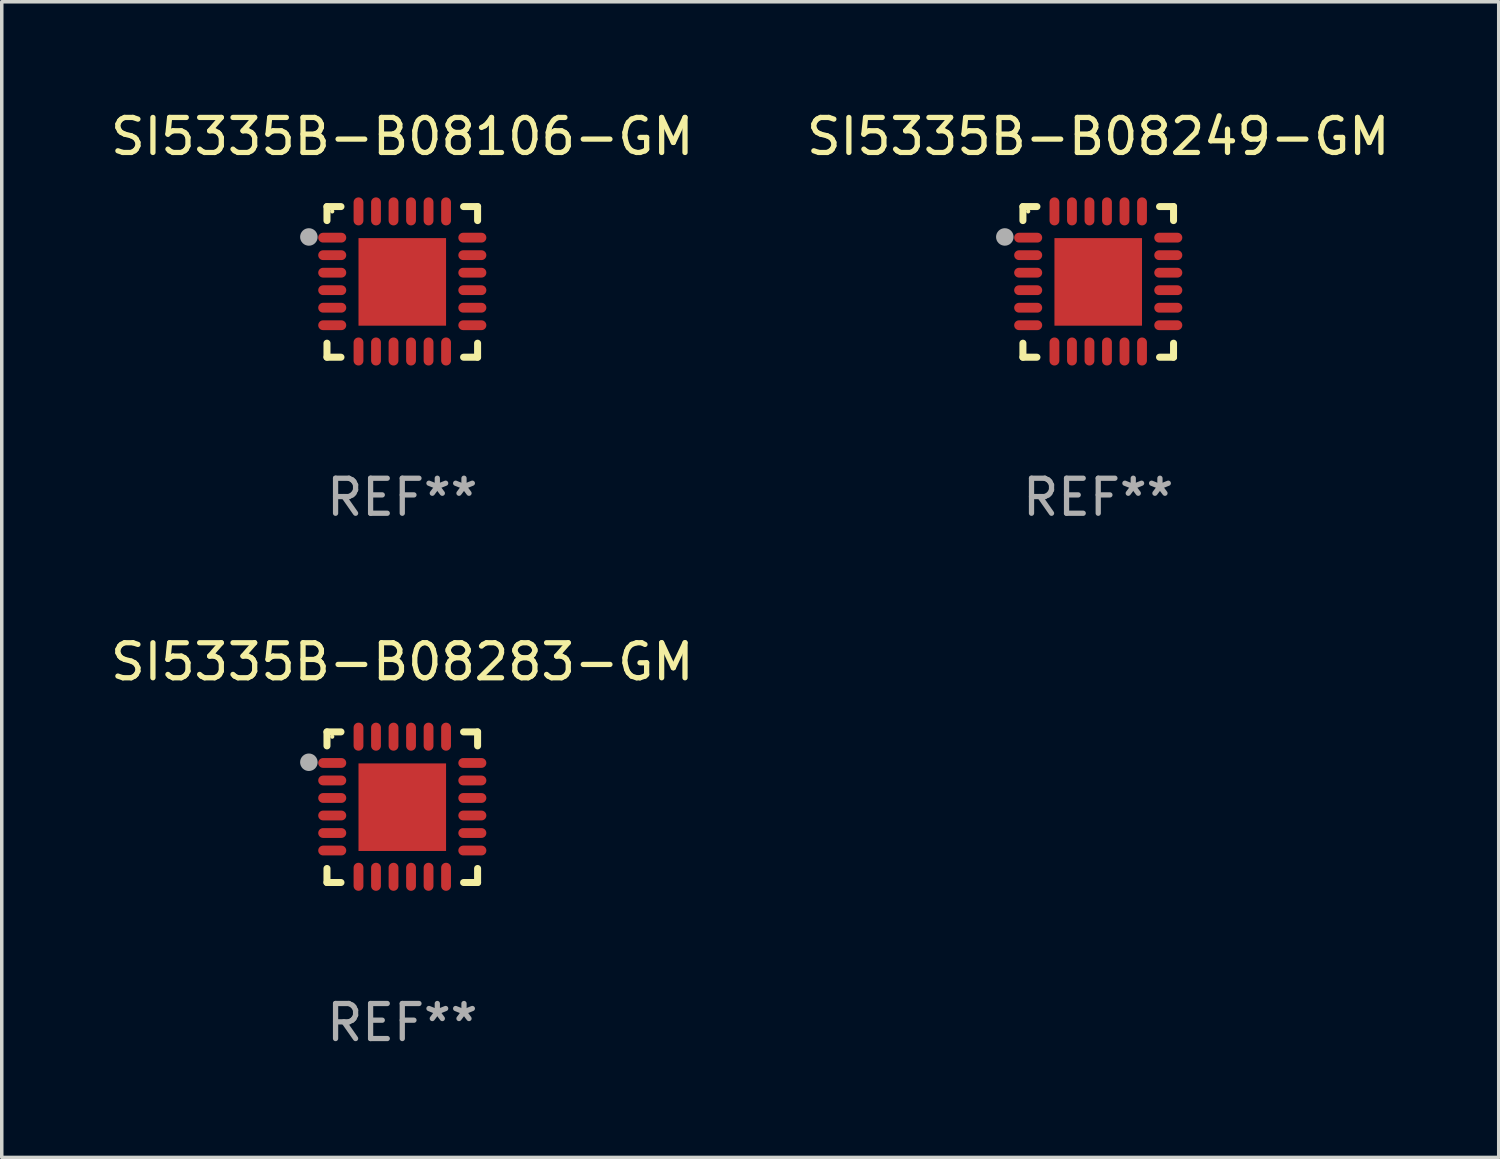
<source format=kicad_pcb>
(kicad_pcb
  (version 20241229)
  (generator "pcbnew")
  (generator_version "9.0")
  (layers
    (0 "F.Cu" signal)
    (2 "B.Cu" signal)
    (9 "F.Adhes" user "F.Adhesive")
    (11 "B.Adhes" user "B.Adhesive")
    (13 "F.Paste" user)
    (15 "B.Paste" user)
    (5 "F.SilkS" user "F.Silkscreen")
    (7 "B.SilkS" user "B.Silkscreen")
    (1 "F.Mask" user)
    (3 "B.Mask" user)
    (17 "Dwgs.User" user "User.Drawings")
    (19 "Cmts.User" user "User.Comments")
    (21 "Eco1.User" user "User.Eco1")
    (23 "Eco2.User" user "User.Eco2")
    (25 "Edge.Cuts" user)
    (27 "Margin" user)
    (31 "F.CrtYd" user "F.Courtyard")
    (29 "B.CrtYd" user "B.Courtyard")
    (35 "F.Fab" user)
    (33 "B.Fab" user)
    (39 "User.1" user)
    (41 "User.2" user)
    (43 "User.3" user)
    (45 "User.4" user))
  (footprint "SI5335B-B08249-GM"
    (layer "F.Cu")
    (at 28.304 4.998)
    (property "Reference" "SI5335B-B08249-GM" (at 0 -4.15 0) (layer "F.SilkS") (effects (font (size 1 1) (thickness 0.15))))
    (attr through_hole)
    (fp_line (start -2.15 -2.15) (end -1.75 -2.15) (stroke (width 0.2) (type solid)) (layer "F.SilkS"))
    (fp_line (start -2.15 -1.75) (end -2.15 -2.15) (stroke (width 0.2) (type solid)) (layer "F.SilkS"))
    (fp_line (start -2.15 2.15) (end -2.15 1.75) (stroke (width 0.2) (type solid)) (layer "F.SilkS"))
    (fp_line (start -1.75 2.15) (end -2.15 2.15) (stroke (width 0.2) (type solid)) (layer "F.SilkS"))
    (fp_line (start 1.75 -2.15) (end 2.15 -2.15) (stroke (width 0.2) (type solid)) (layer "F.SilkS"))
    (fp_line (start 1.75 2.15) (end 2.15 2.15) (stroke (width 0.2) (type solid)) (layer "F.SilkS"))
    (fp_line (start 2.15 -2.15) (end 2.15 -1.75) (stroke (width 0.2) (type solid)) (layer "F.SilkS"))
    (fp_line (start 2.15 2.15) (end 2.15 1.75) (stroke (width 0.2) (type solid)) (layer "F.SilkS"))
    (fp_circle (center -2 -2.013) (end -1.97 -2.013) (stroke (width 0.06) (type solid)) (fill no) (layer "F.SilkS"))
    (fp_circle (center -2.667 -1.283) (end -2.542 -1.283) (stroke (width 0.25) (type solid)) (fill no) (layer "F.Fab"))
    (fp_text user "REF**" (at 0 6.15 0) (layer "F.Fab") (effects (font (size 1 1) (thickness 0.15))))
    (pad "1" smd oval (at -2 -1.263) (size 0.8 0.28) (layers "F.Cu" "F.Mask" "F.Paste"))
    (pad "2" smd oval (at -2 -0.763) (size 0.8 0.28) (layers "F.Cu" "F.Mask" "F.Paste"))
    (pad "3" smd oval (at -2 -0.263) (size 0.8 0.28) (layers "F.Cu" "F.Mask" "F.Paste"))
    (pad "4" smd oval (at -2 0.237) (size 0.8 0.28) (layers "F.Cu" "F.Mask" "F.Paste"))
    (pad "5" smd oval (at -2 0.737) (size 0.8 0.28) (layers "F.Cu" "F.Mask" "F.Paste"))
    (pad "6" smd oval (at -2 1.237) (size 0.8 0.28) (layers "F.Cu" "F.Mask" "F.Paste"))
    (pad "7" smd oval (at -1.25 1.987) (size 0.28 0.8) (layers "F.Cu" "F.Mask" "F.Paste"))
    (pad "8" smd oval (at -0.75 1.987) (size 0.28 0.8) (layers "F.Cu" "F.Mask" "F.Paste"))
    (pad "9" smd oval (at -0.25 1.987) (size 0.28 0.8) (layers "F.Cu" "F.Mask" "F.Paste"))
    (pad "10" smd oval (at 0.25 1.987) (size 0.28 0.8) (layers "F.Cu" "F.Mask" "F.Paste"))
    (pad "11" smd oval (at 0.75 1.987) (size 0.28 0.8) (layers "F.Cu" "F.Mask" "F.Paste"))
    (pad "12" smd oval (at 1.25 1.987) (size 0.28 0.8) (layers "F.Cu" "F.Mask" "F.Paste"))
    (pad "13" smd oval (at 2 1.237) (size 0.8 0.28) (layers "F.Cu" "F.Mask" "F.Paste"))
    (pad "14" smd oval (at 2 0.737) (size 0.8 0.28) (layers "F.Cu" "F.Mask" "F.Paste"))
    (pad "15" smd oval (at 2 0.237) (size 0.8 0.28) (layers "F.Cu" "F.Mask" "F.Paste"))
    (pad "16" smd oval (at 2 -0.263) (size 0.8 0.28) (layers "F.Cu" "F.Mask" "F.Paste"))
    (pad "17" smd oval (at 2 -0.763) (size 0.8 0.28) (layers "F.Cu" "F.Mask" "F.Paste"))
    (pad "18" smd oval (at 2 -1.263) (size 0.8 0.28) (layers "F.Cu" "F.Mask" "F.Paste"))
    (pad "19" smd oval (at 1.25 -2.013) (size 0.28 0.8) (layers "F.Cu" "F.Mask" "F.Paste"))
    (pad "20" smd oval (at 0.75 -2.013) (size 0.28 0.8) (layers "F.Cu" "F.Mask" "F.Paste"))
    (pad "21" smd oval (at 0.25 -2.013) (size 0.28 0.8) (layers "F.Cu" "F.Mask" "F.Paste"))
    (pad "22" smd oval (at -0.25 -2.013) (size 0.28 0.8) (layers "F.Cu" "F.Mask" "F.Paste"))
    (pad "23" smd oval (at -0.75 -2.013) (size 0.28 0.8) (layers "F.Cu" "F.Mask" "F.Paste"))
    (pad "24" smd oval (at -1.25 -2.013) (size 0.28 0.8) (layers "F.Cu" "F.Mask" "F.Paste"))
    (pad "25" smd rect (at -0.000127 -0.00014) (size 2.5 2.5) (layers "F.Cu" "F.Mask" "F.Paste")))
  (footprint "SI5335B-B08106-GM"
    (layer "F.Cu")
    (at 8.435 4.998)
    (property "Reference" "SI5335B-B08106-GM" (at 0 -4.15 0) (layer "F.SilkS") (effects (font (size 1 1) (thickness 0.15))))
    (attr through_hole)
    (fp_line (start -2.15 -2.15) (end -1.75 -2.15) (stroke (width 0.2) (type solid)) (layer "F.SilkS"))
    (fp_line (start -2.15 -1.75) (end -2.15 -2.15) (stroke (width 0.2) (type solid)) (layer "F.SilkS"))
    (fp_line (start -2.15 2.15) (end -2.15 1.75) (stroke (width 0.2) (type solid)) (layer "F.SilkS"))
    (fp_line (start -1.75 2.15) (end -2.15 2.15) (stroke (width 0.2) (type solid)) (layer "F.SilkS"))
    (fp_line (start 1.75 -2.15) (end 2.15 -2.15) (stroke (width 0.2) (type solid)) (layer "F.SilkS"))
    (fp_line (start 1.75 2.15) (end 2.15 2.15) (stroke (width 0.2) (type solid)) (layer "F.SilkS"))
    (fp_line (start 2.15 -2.15) (end 2.15 -1.75) (stroke (width 0.2) (type solid)) (layer "F.SilkS"))
    (fp_line (start 2.15 2.15) (end 2.15 1.75) (stroke (width 0.2) (type solid)) (layer "F.SilkS"))
    (fp_circle (center -2 -2.013) (end -1.97 -2.013) (stroke (width 0.06) (type solid)) (fill no) (layer "F.SilkS"))
    (fp_circle (center -2.667 -1.283) (end -2.542 -1.283) (stroke (width 0.25) (type solid)) (fill no) (layer "F.Fab"))
    (fp_text user "REF**" (at 0 6.15 0) (layer "F.Fab") (effects (font (size 1 1) (thickness 0.15))))
    (pad "1" smd oval (at -2 -1.263) (size 0.8 0.28) (layers "F.Cu" "F.Mask" "F.Paste"))
    (pad "2" smd oval (at -2 -0.763) (size 0.8 0.28) (layers "F.Cu" "F.Mask" "F.Paste"))
    (pad "3" smd oval (at -2 -0.263) (size 0.8 0.28) (layers "F.Cu" "F.Mask" "F.Paste"))
    (pad "4" smd oval (at -2 0.237) (size 0.8 0.28) (layers "F.Cu" "F.Mask" "F.Paste"))
    (pad "5" smd oval (at -2 0.737) (size 0.8 0.28) (layers "F.Cu" "F.Mask" "F.Paste"))
    (pad "6" smd oval (at -2 1.237) (size 0.8 0.28) (layers "F.Cu" "F.Mask" "F.Paste"))
    (pad "7" smd oval (at -1.25 1.987) (size 0.28 0.8) (layers "F.Cu" "F.Mask" "F.Paste"))
    (pad "8" smd oval (at -0.75 1.987) (size 0.28 0.8) (layers "F.Cu" "F.Mask" "F.Paste"))
    (pad "9" smd oval (at -0.25 1.987) (size 0.28 0.8) (layers "F.Cu" "F.Mask" "F.Paste"))
    (pad "10" smd oval (at 0.25 1.987) (size 0.28 0.8) (layers "F.Cu" "F.Mask" "F.Paste"))
    (pad "11" smd oval (at 0.75 1.987) (size 0.28 0.8) (layers "F.Cu" "F.Mask" "F.Paste"))
    (pad "12" smd oval (at 1.25 1.987) (size 0.28 0.8) (layers "F.Cu" "F.Mask" "F.Paste"))
    (pad "13" smd oval (at 2 1.237) (size 0.8 0.28) (layers "F.Cu" "F.Mask" "F.Paste"))
    (pad "14" smd oval (at 2 0.737) (size 0.8 0.28) (layers "F.Cu" "F.Mask" "F.Paste"))
    (pad "15" smd oval (at 2 0.237) (size 0.8 0.28) (layers "F.Cu" "F.Mask" "F.Paste"))
    (pad "16" smd oval (at 2 -0.263) (size 0.8 0.28) (layers "F.Cu" "F.Mask" "F.Paste"))
    (pad "17" smd oval (at 2 -0.763) (size 0.8 0.28) (layers "F.Cu" "F.Mask" "F.Paste"))
    (pad "18" smd oval (at 2 -1.263) (size 0.8 0.28) (layers "F.Cu" "F.Mask" "F.Paste"))
    (pad "19" smd oval (at 1.25 -2.013) (size 0.28 0.8) (layers "F.Cu" "F.Mask" "F.Paste"))
    (pad "20" smd oval (at 0.75 -2.013) (size 0.28 0.8) (layers "F.Cu" "F.Mask" "F.Paste"))
    (pad "21" smd oval (at 0.25 -2.013) (size 0.28 0.8) (layers "F.Cu" "F.Mask" "F.Paste"))
    (pad "22" smd oval (at -0.25 -2.013) (size 0.28 0.8) (layers "F.Cu" "F.Mask" "F.Paste"))
    (pad "23" smd oval (at -0.75 -2.013) (size 0.28 0.8) (layers "F.Cu" "F.Mask" "F.Paste"))
    (pad "24" smd oval (at -1.25 -2.013) (size 0.28 0.8) (layers "F.Cu" "F.Mask" "F.Paste"))
    (pad "25" smd rect (at -0.000127 -0.00014) (size 2.5 2.5) (layers "F.Cu" "F.Mask" "F.Paste")))
  (footprint "SI5335B-B08283-GM"
    (layer "F.Cu")
    (at 8.435 19.995)
    (property "Reference" "SI5335B-B08283-GM" (at 0 -4.15 0) (layer "F.SilkS") (effects (font (size 1 1) (thickness 0.15))))
    (attr through_hole)
    (fp_line (start -2.15 -2.15) (end -1.75 -2.15) (stroke (width 0.2) (type solid)) (layer "F.SilkS"))
    (fp_line (start -2.15 -1.75) (end -2.15 -2.15) (stroke (width 0.2) (type solid)) (layer "F.SilkS"))
    (fp_line (start -2.15 2.15) (end -2.15 1.75) (stroke (width 0.2) (type solid)) (layer "F.SilkS"))
    (fp_line (start -1.75 2.15) (end -2.15 2.15) (stroke (width 0.2) (type solid)) (layer "F.SilkS"))
    (fp_line (start 1.75 -2.15) (end 2.15 -2.15) (stroke (width 0.2) (type solid)) (layer "F.SilkS"))
    (fp_line (start 1.75 2.15) (end 2.15 2.15) (stroke (width 0.2) (type solid)) (layer "F.SilkS"))
    (fp_line (start 2.15 -2.15) (end 2.15 -1.75) (stroke (width 0.2) (type solid)) (layer "F.SilkS"))
    (fp_line (start 2.15 2.15) (end 2.15 1.75) (stroke (width 0.2) (type solid)) (layer "F.SilkS"))
    (fp_circle (center -2 -2.013) (end -1.97 -2.013) (stroke (width 0.06) (type solid)) (fill no) (layer "F.SilkS"))
    (fp_circle (center -2.667 -1.283) (end -2.542 -1.283) (stroke (width 0.25) (type solid)) (fill no) (layer "F.Fab"))
    (fp_text user "REF**" (at 0 6.15 0) (layer "F.Fab") (effects (font (size 1 1) (thickness 0.15))))
    (pad "1" smd oval (at -2 -1.263) (size 0.8 0.28) (layers "F.Cu" "F.Mask" "F.Paste"))
    (pad "2" smd oval (at -2 -0.763) (size 0.8 0.28) (layers "F.Cu" "F.Mask" "F.Paste"))
    (pad "3" smd oval (at -2 -0.263) (size 0.8 0.28) (layers "F.Cu" "F.Mask" "F.Paste"))
    (pad "4" smd oval (at -2 0.237) (size 0.8 0.28) (layers "F.Cu" "F.Mask" "F.Paste"))
    (pad "5" smd oval (at -2 0.737) (size 0.8 0.28) (layers "F.Cu" "F.Mask" "F.Paste"))
    (pad "6" smd oval (at -2 1.237) (size 0.8 0.28) (layers "F.Cu" "F.Mask" "F.Paste"))
    (pad "7" smd oval (at -1.25 1.987) (size 0.28 0.8) (layers "F.Cu" "F.Mask" "F.Paste"))
    (pad "8" smd oval (at -0.75 1.987) (size 0.28 0.8) (layers "F.Cu" "F.Mask" "F.Paste"))
    (pad "9" smd oval (at -0.25 1.987) (size 0.28 0.8) (layers "F.Cu" "F.Mask" "F.Paste"))
    (pad "10" smd oval (at 0.25 1.987) (size 0.28 0.8) (layers "F.Cu" "F.Mask" "F.Paste"))
    (pad "11" smd oval (at 0.75 1.987) (size 0.28 0.8) (layers "F.Cu" "F.Mask" "F.Paste"))
    (pad "12" smd oval (at 1.25 1.987) (size 0.28 0.8) (layers "F.Cu" "F.Mask" "F.Paste"))
    (pad "13" smd oval (at 2 1.237) (size 0.8 0.28) (layers "F.Cu" "F.Mask" "F.Paste"))
    (pad "14" smd oval (at 2 0.737) (size 0.8 0.28) (layers "F.Cu" "F.Mask" "F.Paste"))
    (pad "15" smd oval (at 2 0.237) (size 0.8 0.28) (layers "F.Cu" "F.Mask" "F.Paste"))
    (pad "16" smd oval (at 2 -0.263) (size 0.8 0.28) (layers "F.Cu" "F.Mask" "F.Paste"))
    (pad "17" smd oval (at 2 -0.763) (size 0.8 0.28) (layers "F.Cu" "F.Mask" "F.Paste"))
    (pad "18" smd oval (at 2 -1.263) (size 0.8 0.28) (layers "F.Cu" "F.Mask" "F.Paste"))
    (pad "19" smd oval (at 1.25 -2.013) (size 0.28 0.8) (layers "F.Cu" "F.Mask" "F.Paste"))
    (pad "20" smd oval (at 0.75 -2.013) (size 0.28 0.8) (layers "F.Cu" "F.Mask" "F.Paste"))
    (pad "21" smd oval (at 0.25 -2.013) (size 0.28 0.8) (layers "F.Cu" "F.Mask" "F.Paste"))
    (pad "22" smd oval (at -0.25 -2.013) (size 0.28 0.8) (layers "F.Cu" "F.Mask" "F.Paste"))
    (pad "23" smd oval (at -0.75 -2.013) (size 0.28 0.8) (layers "F.Cu" "F.Mask" "F.Paste"))
    (pad "24" smd oval (at -1.25 -2.013) (size 0.28 0.8) (layers "F.Cu" "F.Mask" "F.Paste"))
    (pad "25" smd rect (at -0.000127 -0.00014) (size 2.5 2.5) (layers "F.Cu" "F.Mask" "F.Paste")))
  (gr_rect
    (start -3 -3)
    (end 39.738 29.993)
    (stroke (width 0.1) (type default))
    (fill no)
    (layer "Edge.Cuts")))
</source>
